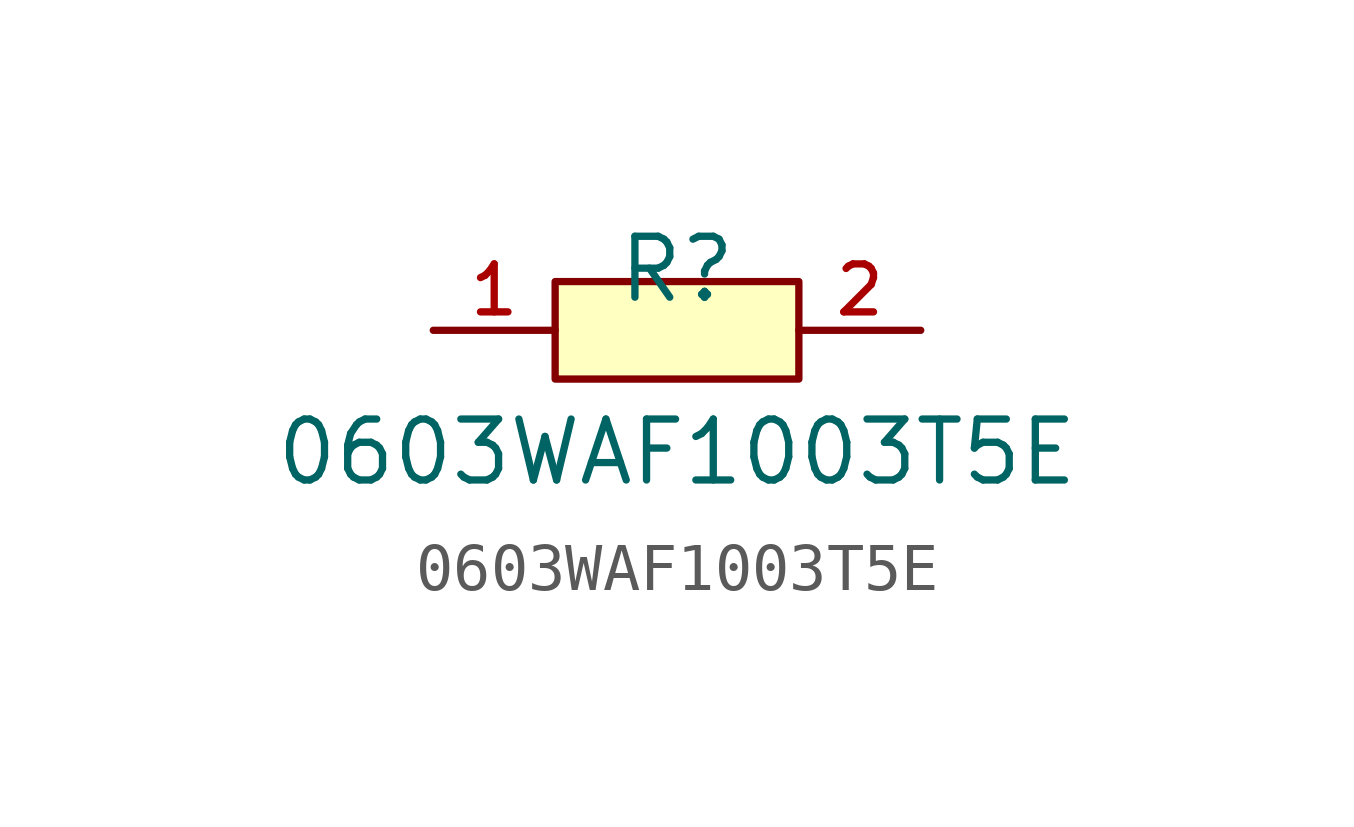
<source format=kicad_sym>
(kicad_symbol_lib
  (version 20210201)
  (generator TousstNicolas/JLC2KiCad_lib)
  (symbol "0603WAF1003T5E"
    (pin_names hide)
    (property "Reference" "R"
      (at 0 1.27 0)
      (effects (font (size 1.27 1.27))))
    (property "Value" "0603WAF1003T5E"
      (at 0 -2.54 0)
      (effects (font (size 1.27 1.27))))
    (symbol "0603WAF1003T5E_0_1"
      (pin input line (at 5.08 -0.0 180) (length 2.54) (name "2" (effects (font (size 1 1)))) (number "2" (effects (font (size 1 1)))))
      (pin input line (at -5.08 -0.0 0) (length 2.54) (name "1" (effects (font (size 1 1)))) (number "1" (effects (font (size 1 1)))))
      (rectangle (start -2.54 1.016) (end 2.54 -1.016) (stroke (width 0) (type default) (color 0 0 0 0)) (fill (type background))))))
</source>
